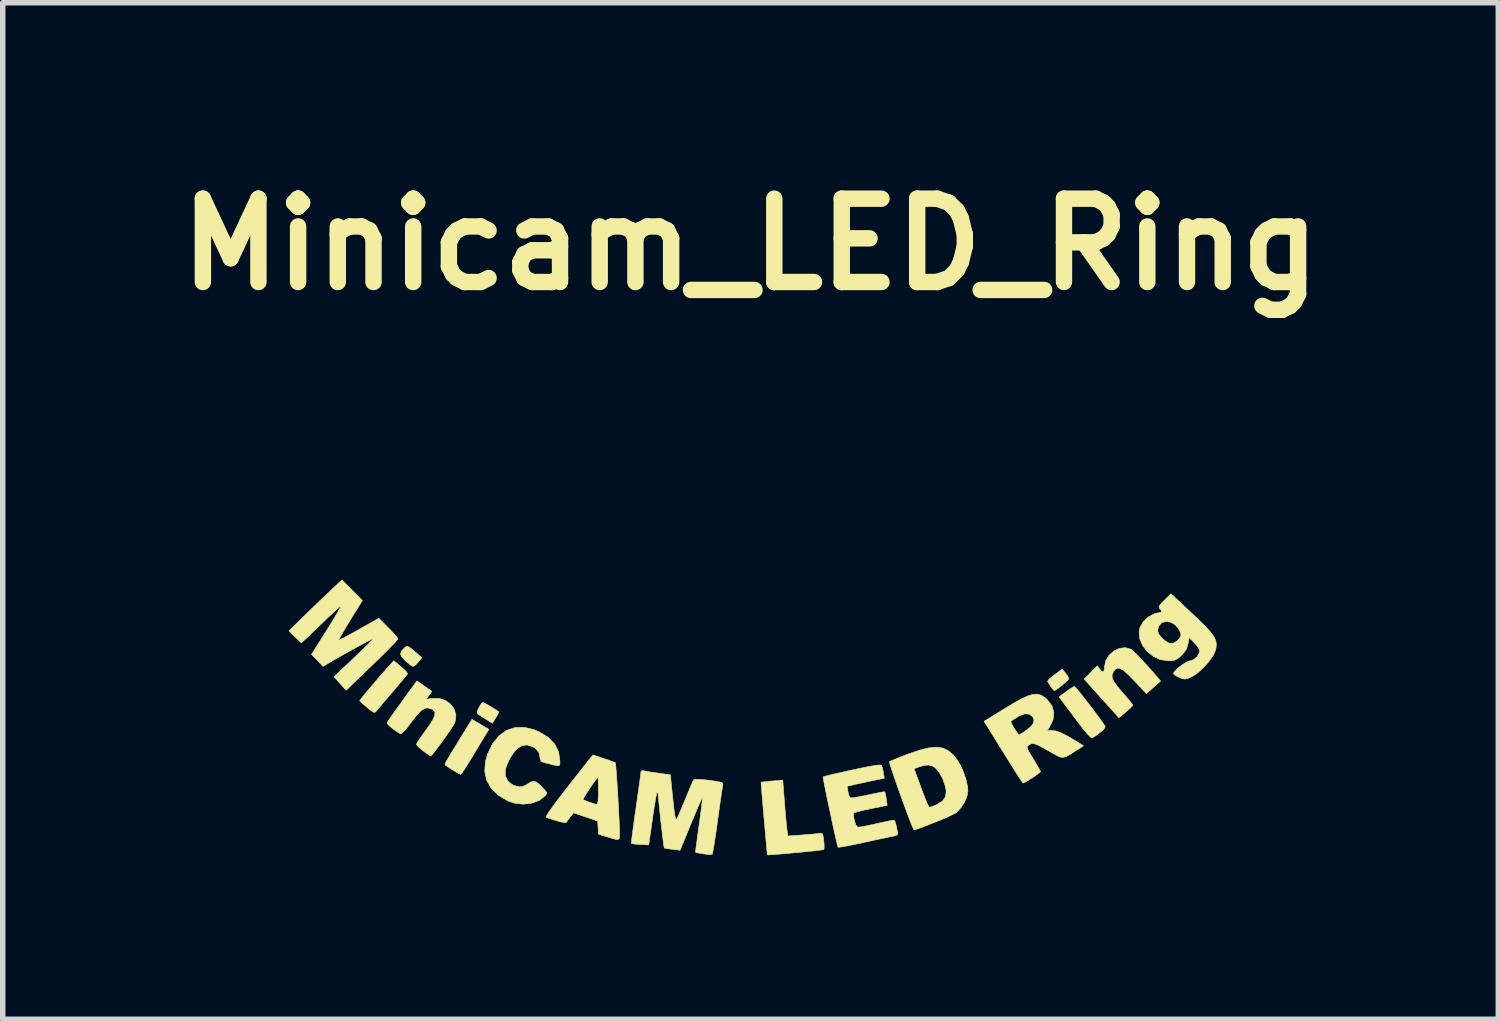
<source format=kicad_pcb>
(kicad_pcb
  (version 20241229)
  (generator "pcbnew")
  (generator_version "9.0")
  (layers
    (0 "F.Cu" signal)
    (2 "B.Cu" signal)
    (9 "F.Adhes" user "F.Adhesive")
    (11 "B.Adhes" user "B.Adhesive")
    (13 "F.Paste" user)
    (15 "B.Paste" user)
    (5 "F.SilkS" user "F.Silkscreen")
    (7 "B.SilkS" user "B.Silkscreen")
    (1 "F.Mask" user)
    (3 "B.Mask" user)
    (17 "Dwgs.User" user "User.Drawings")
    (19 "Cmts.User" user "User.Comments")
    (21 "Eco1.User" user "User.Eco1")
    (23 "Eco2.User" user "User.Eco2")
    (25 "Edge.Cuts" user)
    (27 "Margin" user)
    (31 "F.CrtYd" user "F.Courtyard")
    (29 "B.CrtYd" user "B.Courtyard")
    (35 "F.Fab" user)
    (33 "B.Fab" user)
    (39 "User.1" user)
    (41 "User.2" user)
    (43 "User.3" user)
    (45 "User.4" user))
  (footprint "Minicam_LED_Ring"
    (layer "F.Cu")
    (at 10.675 1.418)
    (property "Reference" "Minicam_LED_Ring" (at 0 0 0) (layer "F.SilkS") (effects (font (size 1.524 1.524) (thickness 0.3))))
    (attr through_hole)
    (fp_poly (pts (xy -6.229 7.374) (xy -6.166 7.425) (xy -6.143 7.445) (xy -6.011 7.557) (xy -6.075 7.639) (xy -6.123 7.691) (xy -6.163 7.719) (xy -6.17 7.721) (xy -6.204 7.704) (xy -6.261 7.66) (xy -6.311 7.616) (xy -6.378 7.545) (xy -6.402 7.491) (xy -6.385 7.44) (xy -6.327 7.379) (xy -6.325 7.377) (xy -6.296 7.355) (xy -6.268 7.353) (xy -6.229 7.374)) (stroke (width 0.01) (type solid)) (fill yes) (layer "F.SilkS"))
    (fp_poly (pts (xy -4.891 8.377) (xy -4.839 8.404) (xy -4.771 8.443) (xy -4.699 8.486) (xy -4.64 8.524) (xy -4.605 8.549) (xy -4.602 8.553) (xy -4.614 8.582) (xy -4.645 8.637) (xy -4.66 8.663) (xy -4.719 8.759) (xy -4.849 8.679) (xy -4.922 8.633) (xy -4.978 8.596) (xy -4.999 8.58) (xy -5 8.55) (xy -4.979 8.497) (xy -4.948 8.439) (xy -4.916 8.393) (xy -4.892 8.376) (xy -4.891 8.377)) (stroke (width 0.01) (type solid)) (fill yes) (layer "F.SilkS"))
    (fp_poly (pts (xy 5.761 7.842) (xy 5.801 7.898) (xy 5.822 7.939) (xy 5.823 7.943) (xy 5.804 7.968) (xy 5.757 8.013) (xy 5.695 8.066) (xy 5.632 8.116) (xy 5.581 8.152) (xy 5.556 8.163) (xy 5.537 8.145) (xy 5.5 8.099) (xy 5.49 8.086) (xy 5.453 8.03) (xy 5.434 7.992) (xy 5.434 7.988) (xy 5.453 7.962) (xy 5.503 7.917) (xy 5.567 7.867) (xy 5.7 7.768) (xy 5.761 7.842)) (stroke (width 0.01) (type solid)) (fill yes) (layer "F.SilkS"))
    (fp_poly (pts (xy -4.784 8.871) (xy -4.842 8.966) (xy -4.877 9.023) (xy -4.932 9.114) (xy -5 9.226) (xy -5.074 9.349) (xy -5.092 9.379) (xy -5.162 9.492) (xy -5.222 9.588) (xy -5.269 9.657) (xy -5.296 9.692) (xy -5.3 9.695) (xy -5.33 9.681) (xy -5.389 9.648) (xy -5.453 9.61) (xy -5.524 9.565) (xy -5.574 9.528) (xy -5.589 9.511) (xy -5.586 9.5) (xy -5.574 9.477) (xy -5.552 9.436) (xy -5.515 9.373) (xy -5.461 9.284) (xy -5.387 9.163) (xy -5.291 9.007) (xy -5.209 8.873) (xy -5.094 8.687) (xy -4.784 8.871)) (stroke (width 0.01) (type solid)) (fill yes) (layer "F.SilkS"))
    (fp_poly (pts (xy 5.945 8.105) (xy 5.991 8.158) (xy 6.055 8.237) (xy 6.131 8.334) (xy 6.213 8.44) (xy 6.294 8.547) (xy 6.369 8.647) (xy 6.43 8.732) (xy 6.472 8.793) (xy 6.487 8.821) (xy 6.474 8.852) (xy 6.425 8.901) (xy 6.35 8.961) (xy 6.26 9.022) (xy 6.251 9.027) (xy 6.221 9.015) (xy 6.165 8.96) (xy 6.084 8.862) (xy 5.991 8.741) (xy 5.904 8.626) (xy 5.824 8.518) (xy 5.757 8.429) (xy 5.712 8.369) (xy 5.703 8.357) (xy 5.643 8.277) (xy 5.772 8.181) (xy 5.843 8.131) (xy 5.899 8.096) (xy 5.924 8.085) (xy 5.945 8.105)) (stroke (width 0.01) (type solid)) (fill yes) (layer "F.SilkS"))
    (fp_poly (pts (xy -6.393 7.723) (xy -6.328 7.782) (xy -6.284 7.829) (xy -6.271 7.853) (xy -6.29 7.879) (xy -6.336 7.937) (xy -6.405 8.019) (xy -6.49 8.12) (xy -6.538 8.177) (xy -6.632 8.286) (xy -6.716 8.385) (xy -6.784 8.465) (xy -6.827 8.517) (xy -6.838 8.53) (xy -6.861 8.555) (xy -6.886 8.56) (xy -6.922 8.541) (xy -6.984 8.493) (xy -7.012 8.469) (xy -7.08 8.412) (xy -7.129 8.367) (xy -7.147 8.345) (xy -7.131 8.322) (xy -7.088 8.268) (xy -7.022 8.189) (xy -6.942 8.093) (xy -6.852 7.988) (xy -6.759 7.88) (xy -6.67 7.779) (xy -6.612 7.713) (xy -6.523 7.615) (xy -6.393 7.723)) (stroke (width 0.01) (type solid)) (fill yes) (layer "F.SilkS"))
    (fp_poly (pts (xy 6.96 7.405) (xy 6.996 7.435) (xy 7.06 7.497) (xy 7.144 7.584) (xy 7.24 7.689) (xy 7.343 7.804) (xy 7.444 7.921) (xy 7.448 7.926) (xy 7.5 7.987) (xy 7.24 8.217) (xy 7.019 7.982) (xy 6.909 7.869) (xy 6.824 7.795) (xy 6.76 7.756) (xy 6.71 7.751) (xy 6.668 7.776) (xy 6.64 7.812) (xy 6.615 7.865) (xy 6.613 7.919) (xy 6.638 7.982) (xy 6.693 8.064) (xy 6.781 8.171) (xy 6.81 8.204) (xy 6.885 8.29) (xy 6.945 8.362) (xy 6.983 8.411) (xy 6.993 8.427) (xy 6.975 8.452) (xy 6.927 8.498) (xy 6.866 8.551) (xy 6.738 8.658) (xy 6.42 8.305) (xy 6.102 7.951) (xy 6.343 7.709) (xy 6.384 7.767) (xy 6.428 7.816) (xy 6.458 7.816) (xy 6.472 7.765) (xy 6.473 7.731) (xy 6.496 7.616) (xy 6.555 7.517) (xy 6.642 7.439) (xy 6.745 7.389) (xy 6.855 7.376) (xy 6.96 7.405)) (stroke (width 0.01) (type solid)) (fill yes) (layer "F.SilkS"))
    (fp_poly (pts (xy 0.621 10.196) (xy 0.633 10.345) (xy 0.645 10.484) (xy 0.656 10.602) (xy 0.665 10.685) (xy 0.667 10.707) (xy 0.683 10.82) (xy 0.933 10.803) (xy 1.05 10.794) (xy 1.154 10.785) (xy 1.23 10.776) (xy 1.252 10.773) (xy 1.292 10.769) (xy 1.315 10.782) (xy 1.329 10.825) (xy 1.34 10.906) (xy 1.347 10.988) (xy 1.346 11.049) (xy 1.341 11.069) (xy 1.313 11.074) (xy 1.243 11.083) (xy 1.141 11.095) (xy 1.015 11.107) (xy 0.877 11.121) (xy 0.734 11.134) (xy 0.598 11.146) (xy 0.478 11.156) (xy 0.382 11.163) (xy 0.322 11.167) (xy 0.309 11.166) (xy 0.306 11.142) (xy 0.299 11.074) (xy 0.29 10.971) (xy 0.278 10.841) (xy 0.265 10.692) (xy 0.251 10.534) (xy 0.237 10.374) (xy 0.224 10.221) (xy 0.212 10.082) (xy 0.203 9.967) (xy 0.196 9.884) (xy 0.193 9.841) (xy 0.193 9.837) (xy 0.218 9.833) (xy 0.282 9.826) (xy 0.372 9.817) (xy 0.392 9.816) (xy 0.59 9.798) (xy 0.621 10.196)) (stroke (width 0.01) (type solid)) (fill yes) (layer "F.SilkS"))
    (fp_poly (pts (xy -5.964 8.08) (xy -5.828 8.175) (xy -5.88 8.248) (xy -5.932 8.321) (xy -5.828 8.304) (xy -5.696 8.304) (xy -5.579 8.342) (xy -5.484 8.41) (xy -5.418 8.502) (xy -5.387 8.609) (xy -5.4 8.724) (xy -5.415 8.764) (xy -5.442 8.809) (xy -5.489 8.882) (xy -5.551 8.971) (xy -5.621 9.069) (xy -5.691 9.165) (xy -5.756 9.251) (xy -5.808 9.317) (xy -5.841 9.354) (xy -5.848 9.358) (xy -5.875 9.344) (xy -5.93 9.306) (xy -5.986 9.265) (xy -6.052 9.211) (xy -6.097 9.166) (xy -6.11 9.145) (xy -6.095 9.113) (xy -6.055 9.051) (xy -5.998 8.97) (xy -5.971 8.933) (xy -5.872 8.796) (xy -5.807 8.692) (xy -5.774 8.616) (xy -5.771 8.56) (xy -5.796 8.521) (xy -5.835 8.497) (xy -5.898 8.479) (xy -5.957 8.486) (xy -6.019 8.524) (xy -6.092 8.598) (xy -6.181 8.711) (xy -6.2 8.736) (xy -6.285 8.847) (xy -6.35 8.92) (xy -6.392 8.952) (xy -6.403 8.953) (xy -6.487 8.899) (xy -6.563 8.842) (xy -6.619 8.791) (xy -6.646 8.755) (xy -6.646 8.748) (xy -6.628 8.719) (xy -6.584 8.654) (xy -6.52 8.563) (xy -6.44 8.452) (xy -6.368 8.352) (xy -6.101 7.984) (xy -5.964 8.08)) (stroke (width 0.01) (type solid)) (fill yes) (layer "F.SilkS"))
    (fp_poly (pts (xy -3.95 8.879) (xy -3.866 8.915) (xy -3.7 9.016) (xy -3.581 9.139) (xy -3.509 9.283) (xy -3.484 9.45) (xy -3.484 9.457) (xy -3.486 9.511) (xy -3.502 9.535) (xy -3.543 9.535) (xy -3.614 9.518) (xy -3.699 9.497) (xy -3.776 9.478) (xy -3.776 9.478) (xy -3.831 9.454) (xy -3.848 9.405) (xy -3.848 9.396) (xy -3.869 9.293) (xy -3.936 9.216) (xy -3.977 9.191) (xy -4.085 9.155) (xy -4.181 9.168) (xy -4.263 9.22) (xy -4.337 9.303) (xy -4.408 9.416) (xy -4.462 9.538) (xy -4.483 9.608) (xy -4.484 9.72) (xy -4.439 9.814) (xy -4.353 9.884) (xy -4.249 9.92) (xy -4.179 9.92) (xy -4.101 9.886) (xy -4.074 9.868) (xy -4.01 9.83) (xy -3.958 9.82) (xy -3.906 9.841) (xy -3.841 9.897) (xy -3.798 9.942) (xy -3.746 9.998) (xy -3.726 10.032) (xy -3.734 10.06) (xy -3.756 10.086) (xy -3.865 10.171) (xy -4.004 10.222) (xy -4.16 10.239) (xy -4.319 10.22) (xy -4.434 10.18) (xy -4.609 10.078) (xy -4.74 9.951) (xy -4.824 9.804) (xy -4.86 9.639) (xy -4.848 9.459) (xy -4.809 9.324) (xy -4.717 9.134) (xy -4.6 8.989) (xy -4.463 8.89) (xy -4.307 8.837) (xy -4.135 8.833) (xy -3.95 8.879)) (stroke (width 0.01) (type solid)) (fill yes) (layer "F.SilkS"))
    (fp_poly (pts (xy -2.683 9.404) (xy -2.588 9.436) (xy -2.515 9.463) (xy -2.474 9.479) (xy -2.471 9.481) (xy -2.466 9.508) (xy -2.46 9.579) (xy -2.452 9.685) (xy -2.443 9.818) (xy -2.433 9.968) (xy -2.424 10.128) (xy -2.415 10.289) (xy -2.407 10.443) (xy -2.4 10.581) (xy -2.395 10.695) (xy -2.393 10.77) (xy -2.394 10.835) (xy -2.403 10.872) (xy -2.431 10.886) (xy -2.487 10.877) (xy -2.581 10.85) (xy -2.618 10.838) (xy -2.779 10.788) (xy -2.795 10.547) (xy -3.016 10.472) (xy -3.237 10.398) (xy -3.283 10.455) (xy -3.326 10.512) (xy -3.352 10.551) (xy -3.37 10.571) (xy -3.4 10.576) (xy -3.456 10.566) (xy -3.54 10.543) (xy -3.629 10.516) (xy -3.701 10.492) (xy -3.736 10.479) (xy -3.731 10.454) (xy -3.693 10.391) (xy -3.623 10.291) (xy -3.524 10.157) (xy -3.521 10.154) (xy -3.062 10.154) (xy -3.029 10.171) (xy -2.967 10.195) (xy -2.896 10.22) (xy -2.836 10.237) (xy -2.814 10.241) (xy -2.798 10.227) (xy -2.788 10.176) (xy -2.783 10.084) (xy -2.782 9.996) (xy -2.783 9.89) (xy -2.785 9.807) (xy -2.789 9.758) (xy -2.792 9.749) (xy -2.811 9.769) (xy -2.85 9.821) (xy -2.901 9.893) (xy -2.955 9.973) (xy -3.005 10.05) (xy -3.043 10.113) (xy -3.062 10.149) (xy -3.062 10.154) (xy -3.521 10.154) (xy -3.395 9.99) (xy -3.325 9.9) (xy -2.883 9.338) (xy -2.683 9.404)) (stroke (width 0.01) (type solid)) (fill yes) (layer "F.SilkS"))
    (fp_poly (pts (xy -7.285 6.325) (xy -7.098 6.514) (xy -7.32 6.873) (xy -7.394 6.995) (xy -7.456 7.099) (xy -7.503 7.18) (xy -7.53 7.23) (xy -7.534 7.241) (xy -7.51 7.232) (xy -7.448 7.201) (xy -7.357 7.152) (xy -7.244 7.09) (xy -7.162 7.044) (xy -6.798 6.839) (xy -6.623 7.013) (xy -6.547 7.091) (xy -6.488 7.158) (xy -6.453 7.204) (xy -6.447 7.216) (xy -6.466 7.241) (xy -6.516 7.297) (xy -6.595 7.378) (xy -6.696 7.48) (xy -6.815 7.597) (xy -6.922 7.7) (xy -7.396 8.156) (xy -7.507 8.032) (xy -7.617 7.909) (xy -7.252 7.564) (xy -7.14 7.458) (xy -7.043 7.363) (xy -6.967 7.287) (xy -6.916 7.234) (xy -6.898 7.211) (xy -6.898 7.21) (xy -6.922 7.22) (xy -6.983 7.25) (xy -7.072 7.298) (xy -7.182 7.357) (xy -7.304 7.424) (xy -7.43 7.494) (xy -7.551 7.563) (xy -7.66 7.626) (xy -7.736 7.671) (xy -7.816 7.72) (xy -7.922 7.61) (xy -8.028 7.5) (xy -7.758 7.071) (xy -7.675 6.938) (xy -7.602 6.818) (xy -7.543 6.72) (xy -7.504 6.651) (xy -7.488 6.618) (xy -7.488 6.617) (xy -7.505 6.625) (xy -7.552 6.663) (xy -7.623 6.727) (xy -7.711 6.81) (xy -7.741 6.838) (xy -7.846 6.94) (xy -7.949 7.039) (xy -8.037 7.124) (xy -8.101 7.184) (xy -8.105 7.188) (xy -8.215 7.29) (xy -8.328 7.179) (xy -8.441 7.068) (xy -8.114 6.75) (xy -7.993 6.633) (xy -7.872 6.516) (xy -7.76 6.409) (xy -7.67 6.323) (xy -7.629 6.284) (xy -7.471 6.137) (xy -7.285 6.325)) (stroke (width 0.01) (type solid)) (fill yes) (layer "F.SilkS"))
    (fp_poly (pts (xy 3.514 9.212) (xy 3.614 9.258) (xy 3.706 9.334) (xy 3.721 9.35) (xy 3.804 9.464) (xy 3.879 9.61) (xy 3.937 9.769) (xy 3.971 9.921) (xy 3.977 9.998) (xy 3.959 10.096) (xy 3.911 10.206) (xy 3.844 10.31) (xy 3.769 10.388) (xy 3.758 10.396) (xy 3.699 10.428) (xy 3.604 10.473) (xy 3.486 10.524) (xy 3.355 10.577) (xy 3.336 10.584) (xy 3.201 10.636) (xy 3.107 10.672) (xy 3.046 10.694) (xy 3.011 10.705) (xy 2.993 10.707) (xy 2.986 10.702) (xy 2.981 10.693) (xy 2.981 10.691) (xy 2.961 10.649) (xy 2.928 10.57) (xy 2.886 10.46) (xy 2.837 10.329) (xy 2.784 10.184) (xy 2.73 10.034) (xy 2.678 9.886) (xy 2.63 9.748) (xy 2.59 9.629) (xy 2.577 9.591) (xy 2.991 9.591) (xy 3.057 9.768) (xy 3.122 9.944) (xy 3.172 10.076) (xy 3.21 10.172) (xy 3.237 10.235) (xy 3.256 10.273) (xy 3.269 10.291) (xy 3.278 10.295) (xy 3.314 10.285) (xy 3.379 10.259) (xy 3.417 10.241) (xy 3.515 10.178) (xy 3.568 10.1) (xy 3.578 9.997) (xy 3.563 9.912) (xy 3.516 9.774) (xy 3.453 9.658) (xy 3.38 9.574) (xy 3.329 9.542) (xy 3.257 9.523) (xy 3.176 9.529) (xy 3.07 9.561) (xy 3.057 9.567) (xy 2.991 9.591) (xy 2.577 9.591) (xy 2.56 9.536) (xy 2.543 9.478) (xy 2.541 9.462) (xy 2.571 9.446) (xy 2.641 9.417) (xy 2.74 9.377) (xy 2.859 9.332) (xy 2.886 9.321) (xy 3.091 9.251) (xy 3.259 9.209) (xy 3.398 9.196) (xy 3.514 9.212)) (stroke (width 0.01) (type solid)) (fill yes) (layer "F.SilkS"))
    (fp_poly (pts (xy 5.318 8.247) (xy 5.384 8.289) (xy 5.428 8.328) (xy 5.512 8.439) (xy 5.548 8.564) (xy 5.533 8.695) (xy 5.472 8.823) (xy 5.428 8.891) (xy 5.518 8.891) (xy 5.589 8.901) (xy 5.678 8.933) (xy 5.792 8.99) (xy 5.937 9.076) (xy 5.964 9.092) (xy 6.091 9.171) (xy 5.95 9.261) (xy 5.848 9.327) (xy 5.776 9.367) (xy 5.718 9.384) (xy 5.662 9.376) (xy 5.592 9.344) (xy 5.495 9.289) (xy 5.458 9.268) (xy 5.336 9.199) (xy 5.249 9.155) (xy 5.187 9.134) (xy 5.142 9.132) (xy 5.104 9.146) (xy 5.084 9.16) (xy 5.065 9.178) (xy 5.06 9.203) (xy 5.073 9.242) (xy 5.107 9.306) (xy 5.167 9.403) (xy 5.17 9.409) (xy 5.227 9.503) (xy 5.272 9.58) (xy 5.299 9.631) (xy 5.304 9.644) (xy 5.283 9.664) (xy 5.232 9.703) (xy 5.164 9.749) (xy 5.091 9.796) (xy 5.028 9.833) (xy 4.989 9.852) (xy 4.984 9.853) (xy 4.968 9.832) (xy 4.928 9.772) (xy 4.868 9.68) (xy 4.793 9.561) (xy 4.705 9.422) (xy 4.622 9.288) (xy 4.273 8.724) (xy 4.762 8.724) (xy 4.768 8.749) (xy 4.794 8.801) (xy 4.831 8.864) (xy 4.87 8.922) (xy 4.901 8.962) (xy 4.912 8.969) (xy 4.943 8.955) (xy 5 8.919) (xy 5.038 8.892) (xy 5.131 8.816) (xy 5.178 8.751) (xy 5.183 8.69) (xy 5.162 8.643) (xy 5.101 8.592) (xy 5.017 8.587) (xy 4.91 8.626) (xy 4.781 8.709) (xy 4.762 8.724) (xy 4.273 8.724) (xy 4.272 8.723) (xy 4.625 8.505) (xy 4.808 8.394) (xy 4.956 8.312) (xy 5.075 8.258) (xy 5.17 8.23) (xy 5.249 8.227) (xy 5.318 8.247)) (stroke (width 0.01) (type solid)) (fill yes) (layer "F.SilkS"))
    (fp_poly (pts (xy 8.076 6.752) (xy 8.226 6.895) (xy 8.341 7.01) (xy 8.424 7.104) (xy 8.479 7.182) (xy 8.51 7.251) (xy 8.52 7.316) (xy 8.513 7.384) (xy 8.502 7.432) (xy 8.463 7.518) (xy 8.392 7.619) (xy 8.301 7.724) (xy 8.203 7.817) (xy 8.109 7.887) (xy 8.072 7.907) (xy 7.995 7.94) (xy 7.943 7.951) (xy 7.892 7.941) (xy 7.835 7.918) (xy 7.775 7.887) (xy 7.739 7.858) (xy 7.737 7.856) (xy 7.746 7.825) (xy 7.787 7.778) (xy 7.849 7.724) (xy 7.92 7.673) (xy 7.987 7.634) (xy 8.039 7.617) (xy 8.042 7.617) (xy 8.107 7.595) (xy 8.168 7.541) (xy 8.208 7.472) (xy 8.215 7.433) (xy 8.198 7.388) (xy 8.153 7.326) (xy 8.118 7.288) (xy 8.021 7.191) (xy 8.002 7.307) (xy 7.975 7.399) (xy 7.919 7.479) (xy 7.879 7.52) (xy 7.811 7.578) (xy 7.753 7.607) (xy 7.68 7.617) (xy 7.64 7.617) (xy 7.498 7.596) (xy 7.369 7.537) (xy 7.257 7.448) (xy 7.172 7.339) (xy 7.119 7.216) (xy 7.107 7.089) (xy 7.112 7.063) (xy 7.446 7.063) (xy 7.465 7.129) (xy 7.525 7.201) (xy 7.567 7.238) (xy 7.651 7.292) (xy 7.724 7.299) (xy 7.796 7.258) (xy 7.814 7.242) (xy 7.862 7.183) (xy 7.873 7.13) (xy 7.848 7.064) (xy 7.828 7.03) (xy 7.76 6.953) (xy 7.677 6.908) (xy 7.593 6.897) (xy 7.518 6.922) (xy 7.465 6.984) (xy 7.463 6.991) (xy 7.446 7.063) (xy 7.112 7.063) (xy 7.122 7.009) (xy 7.181 6.905) (xy 7.274 6.816) (xy 7.385 6.757) (xy 7.437 6.743) (xy 7.502 6.731) (xy 7.523 6.717) (xy 7.509 6.692) (xy 7.496 6.677) (xy 7.474 6.648) (xy 7.473 6.621) (xy 7.498 6.584) (xy 7.553 6.525) (xy 7.57 6.508) (xy 7.689 6.39) (xy 8.076 6.752)) (stroke (width 0.01) (type solid)) (fill yes) (layer "F.SilkS"))
    (fp_poly (pts (xy 2.395 9.526) (xy 2.41 9.568) (xy 2.426 9.638) (xy 2.429 9.659) (xy 2.447 9.764) (xy 2.283 9.798) (xy 2.164 9.823) (xy 2.03 9.852) (xy 1.943 9.871) (xy 1.767 9.911) (xy 1.783 10.006) (xy 1.799 10.073) (xy 1.815 10.116) (xy 1.818 10.12) (xy 1.849 10.122) (xy 1.92 10.114) (xy 2.02 10.096) (xy 2.14 10.072) (xy 2.141 10.071) (xy 2.26 10.046) (xy 2.358 10.026) (xy 2.427 10.014) (xy 2.456 10.013) (xy 2.456 10.013) (xy 2.465 10.042) (xy 2.477 10.105) (xy 2.483 10.141) (xy 2.5 10.26) (xy 2.206 10.32) (xy 2.087 10.345) (xy 1.988 10.369) (xy 1.918 10.388) (xy 1.89 10.399) (xy 1.884 10.433) (xy 1.891 10.498) (xy 1.9 10.538) (xy 1.927 10.62) (xy 1.959 10.656) (xy 1.975 10.659) (xy 2.018 10.654) (xy 2.099 10.639) (xy 2.206 10.617) (xy 2.309 10.594) (xy 2.426 10.568) (xy 2.525 10.547) (xy 2.594 10.533) (xy 2.621 10.529) (xy 2.641 10.552) (xy 2.66 10.609) (xy 2.663 10.627) (xy 2.678 10.702) (xy 2.691 10.761) (xy 2.693 10.766) (xy 2.688 10.797) (xy 2.644 10.818) (xy 2.607 10.825) (xy 2.549 10.836) (xy 2.452 10.857) (xy 2.324 10.884) (xy 2.178 10.916) (xy 2.06 10.942) (xy 1.914 10.973) (xy 1.787 10.999) (xy 1.688 11.017) (xy 1.623 11.026) (xy 1.601 11.026) (xy 1.592 10.994) (xy 1.574 10.921) (xy 1.549 10.814) (xy 1.52 10.683) (xy 1.488 10.535) (xy 1.455 10.379) (xy 1.422 10.224) (xy 1.391 10.076) (xy 1.365 9.946) (xy 1.344 9.841) (xy 1.331 9.769) (xy 1.328 9.739) (xy 1.328 9.739) (xy 1.356 9.73) (xy 1.426 9.712) (xy 1.532 9.687) (xy 1.666 9.657) (xy 1.819 9.622) (xy 1.859 9.613) (xy 2.064 9.57) (xy 2.219 9.54) (xy 2.326 9.524) (xy 2.384 9.522) (xy 2.395 9.526)) (stroke (width 0.01) (type solid)) (fill yes) (layer "F.SilkS"))
    (fp_poly (pts (xy -1.956 9.628) (xy -1.911 9.638) (xy -1.828 9.651) (xy -1.725 9.666) (xy -1.688 9.671) (xy -1.465 9.701) (xy -1.433 10.018) (xy -1.414 10.199) (xy -1.399 10.333) (xy -1.386 10.426) (xy -1.374 10.484) (xy -1.364 10.511) (xy -1.353 10.513) (xy -1.351 10.511) (xy -1.334 10.481) (xy -1.303 10.411) (xy -1.26 10.312) (xy -1.21 10.192) (xy -1.194 10.152) (xy -1.143 10.028) (xy -1.098 9.921) (xy -1.062 9.841) (xy -1.041 9.797) (xy -1.038 9.792) (xy -1.004 9.785) (xy -0.931 9.786) (xy -0.828 9.794) (xy -0.756 9.802) (xy -0.635 9.819) (xy -0.558 9.834) (xy -0.517 9.849) (xy -0.504 9.866) (xy -0.505 9.877) (xy -0.511 9.914) (xy -0.524 9.994) (xy -0.541 10.11) (xy -0.562 10.255) (xy -0.585 10.421) (xy -0.6 10.529) (xy -0.624 10.702) (xy -0.647 10.856) (xy -0.667 10.986) (xy -0.684 11.084) (xy -0.695 11.142) (xy -0.699 11.155) (xy -0.732 11.16) (xy -0.798 11.156) (xy -0.856 11.148) (xy -0.935 11.135) (xy -0.989 11.124) (xy -1.004 11.12) (xy -1.003 11.093) (xy -0.995 11.023) (xy -0.981 10.918) (xy -0.963 10.784) (xy -0.941 10.632) (xy -0.939 10.614) (xy -0.918 10.462) (xy -0.901 10.329) (xy -0.888 10.223) (xy -0.882 10.153) (xy -0.883 10.126) (xy -0.883 10.126) (xy -0.898 10.152) (xy -0.928 10.219) (xy -0.972 10.319) (xy -1.025 10.444) (xy -1.085 10.588) (xy -1.093 10.608) (xy -1.287 11.081) (xy -1.428 11.064) (xy -1.508 11.054) (xy -1.563 11.044) (xy -1.578 11.04) (xy -1.583 11.013) (xy -1.593 10.944) (xy -1.605 10.843) (xy -1.62 10.719) (xy -1.636 10.583) (xy -1.651 10.445) (xy -1.665 10.313) (xy -1.677 10.197) (xy -1.686 10.108) (xy -1.69 10.056) (xy -1.69 10.05) (xy -1.697 10.018) (xy -1.708 10.018) (xy -1.717 10.049) (xy -1.732 10.122) (xy -1.75 10.23) (xy -1.772 10.364) (xy -1.793 10.51) (xy -1.861 10.984) (xy -2.016 10.976) (xy -2.099 10.97) (xy -2.159 10.963) (xy -2.179 10.959) (xy -2.178 10.932) (xy -2.17 10.861) (xy -2.156 10.752) (xy -2.137 10.613) (xy -2.115 10.45) (xy -2.094 10.307) (xy -2.069 10.13) (xy -2.046 9.969) (xy -2.027 9.832) (xy -2.013 9.727) (xy -2.004 9.66) (xy -2.002 9.64) (xy -1.982 9.625) (xy -1.956 9.628)) (stroke (width 0.01) (type solid)) (fill yes) (layer "F.SilkS")))
  (gr_rect
    (start -3 -3)
    (end 24.351 15.59)
    (stroke (width 0.1) (type default))
    (fill no)
    (layer "Edge.Cuts")))
</source>
